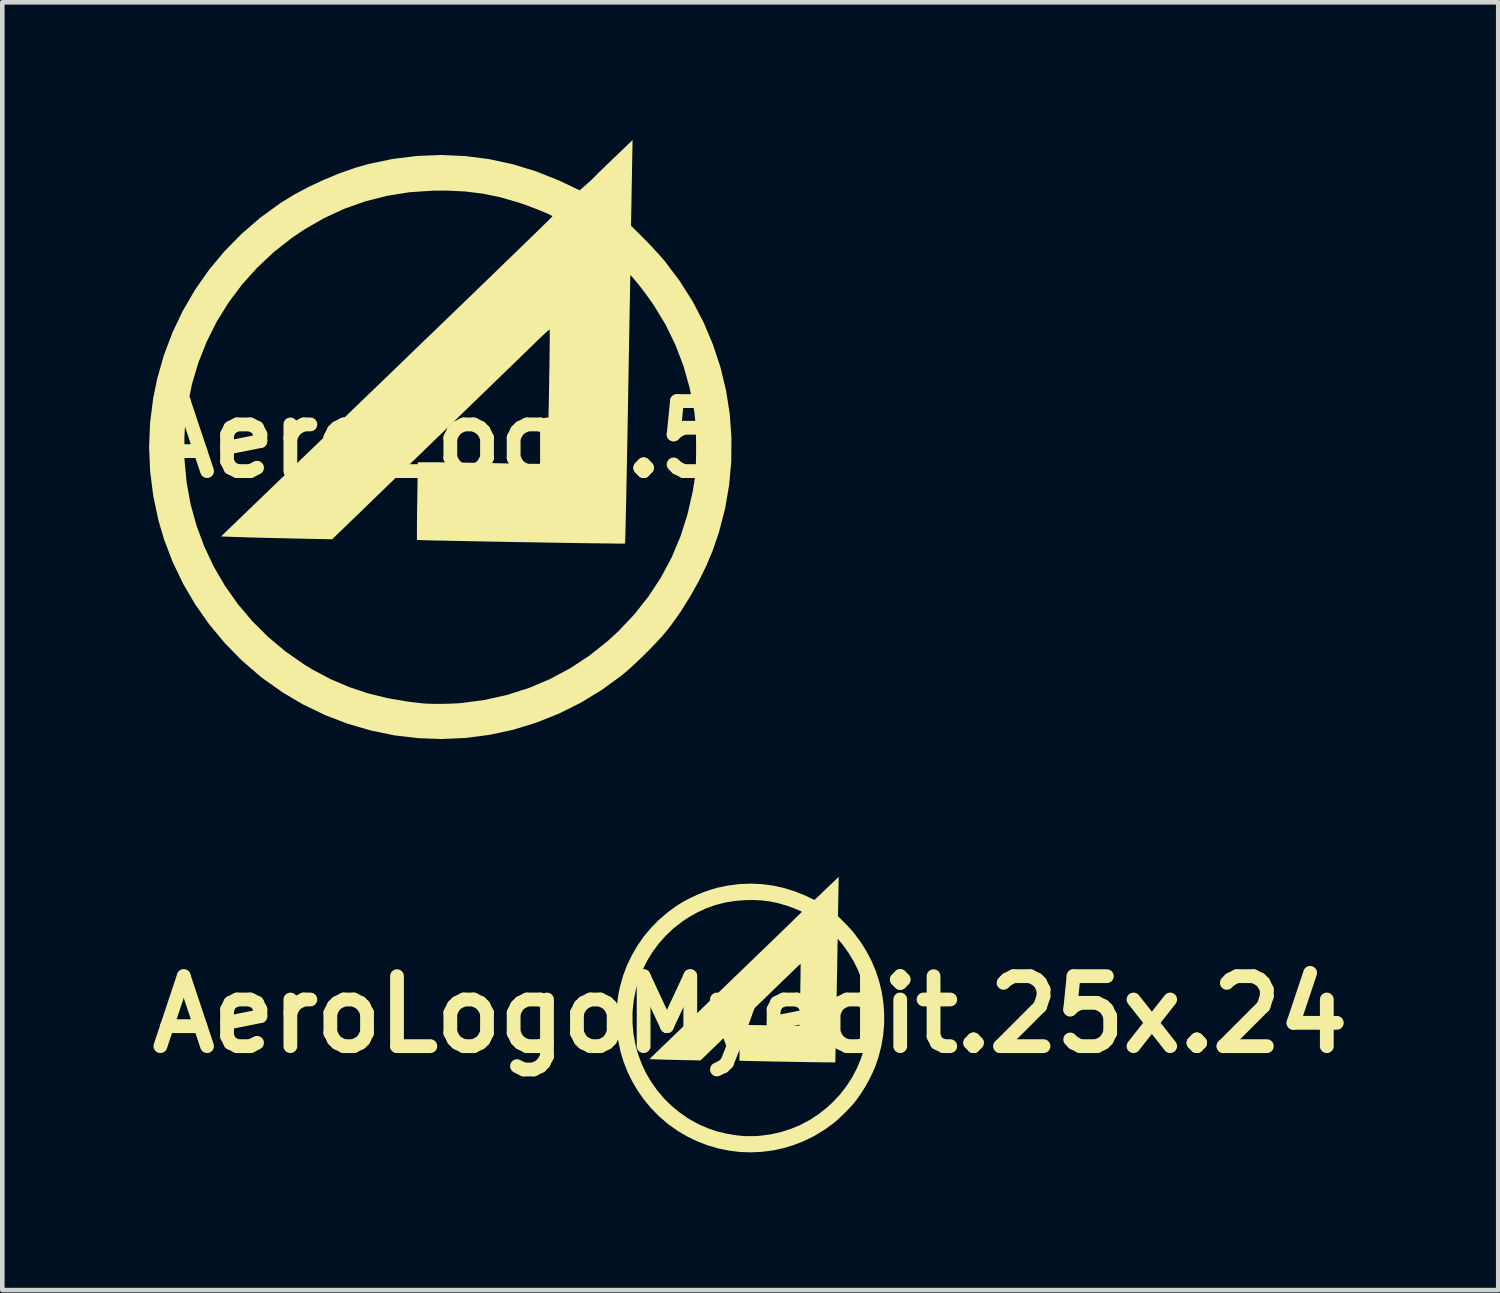
<source format=kicad_pcb>
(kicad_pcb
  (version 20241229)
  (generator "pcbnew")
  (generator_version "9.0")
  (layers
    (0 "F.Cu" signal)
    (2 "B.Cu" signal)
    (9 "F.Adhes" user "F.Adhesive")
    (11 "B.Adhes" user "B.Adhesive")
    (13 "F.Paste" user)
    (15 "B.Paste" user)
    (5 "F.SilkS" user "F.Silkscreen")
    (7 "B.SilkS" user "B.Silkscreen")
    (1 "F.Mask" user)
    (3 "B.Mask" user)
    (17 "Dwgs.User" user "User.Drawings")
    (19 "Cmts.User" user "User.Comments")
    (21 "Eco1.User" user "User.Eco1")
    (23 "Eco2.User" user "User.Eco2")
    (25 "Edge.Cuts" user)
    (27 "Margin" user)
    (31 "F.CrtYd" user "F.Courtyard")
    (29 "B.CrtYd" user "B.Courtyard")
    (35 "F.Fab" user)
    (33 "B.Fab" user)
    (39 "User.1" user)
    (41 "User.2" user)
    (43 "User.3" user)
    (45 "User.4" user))
  (footprint "AeroLogo.5"
    (layer "F.Cu")
    (at 6.539 6.519)
    (property "Reference" "AeroLogo.5" (at 0 0 0) (layer "F.SilkS") (effects (font (size 1.524 1.524) (thickness 0.3))))
    (attr board_only exclude_from_pos_files exclude_from_bom)
    (fp_poly (pts (xy 4.169 -5.586) (xy 4.152 -4.654) (xy 4.429 -4.378) (xy 4.54 -4.265) (xy 4.656 -4.142) (xy 4.766 -4.021) (xy 4.86 -3.913) (xy 4.892 -3.876) (xy 5.213 -3.45) (xy 5.495 -3.004) (xy 5.737 -2.54) (xy 5.939 -2.06) (xy 6.101 -1.567) (xy 6.222 -1.065) (xy 6.302 -0.554) (xy 6.339 -0.038) (xy 6.335 0.48) (xy 6.288 0.999) (xy 6.199 1.515) (xy 6.066 2.025) (xy 5.931 2.42) (xy 5.794 2.746) (xy 5.629 3.083) (xy 5.44 3.42) (xy 5.238 3.744) (xy 5.027 4.042) (xy 4.927 4.17) (xy 4.823 4.292) (xy 4.693 4.434) (xy 4.546 4.586) (xy 4.391 4.739) (xy 4.237 4.886) (xy 4.092 5.018) (xy 3.966 5.125) (xy 3.943 5.144) (xy 3.506 5.461) (xy 3.049 5.738) (xy 2.575 5.974) (xy 2.085 6.169) (xy 1.583 6.323) (xy 1.07 6.433) (xy 0.549 6.501) (xy 0.021 6.524) (xy -0.475 6.506) (xy -0.998 6.445) (xy -1.513 6.339) (xy -2.018 6.192) (xy -2.509 6.003) (xy -2.983 5.775) (xy -3.435 5.509) (xy -3.864 5.205) (xy -3.932 5.152) (xy -4.331 4.806) (xy -4.699 4.429) (xy -5.035 4.024) (xy -5.337 3.594) (xy -5.602 3.142) (xy -5.828 2.671) (xy -6.014 2.184) (xy -6.138 1.765) (xy -6.251 1.235) (xy -6.319 0.703) (xy -6.342 0.171) (xy -6.334 -0.045) (xy -5.574 -0.045) (xy -5.571 0.45) (xy -5.525 0.939) (xy -5.437 1.418) (xy -5.307 1.885) (xy -5.138 2.338) (xy -4.931 2.775) (xy -4.688 3.191) (xy -4.408 3.587) (xy -4.095 3.958) (xy -3.749 4.302) (xy -3.372 4.617) (xy -2.965 4.901) (xy -2.774 5.017) (xy -2.388 5.221) (xy -1.991 5.391) (xy -1.579 5.528) (xy -1.146 5.635) (xy -0.685 5.713) (xy -0.384 5.748) (xy -0.271 5.755) (xy -0.127 5.758) (xy 0.035 5.758) (xy 0.199 5.755) (xy 0.354 5.748) (xy 0.463 5.74) (xy 0.97 5.672) (xy 1.46 5.562) (xy 1.934 5.411) (xy 2.389 5.218) (xy 2.825 4.985) (xy 3.24 4.712) (xy 3.634 4.4) (xy 3.873 4.181) (xy 4.223 3.811) (xy 4.533 3.419) (xy 4.805 3.005) (xy 5.037 2.569) (xy 5.23 2.11) (xy 5.383 1.629) (xy 5.497 1.127) (xy 5.54 0.859) (xy 5.554 0.722) (xy 5.564 0.552) (xy 5.569 0.358) (xy 5.57 0.151) (xy 5.567 -0.056) (xy 5.559 -0.255) (xy 5.548 -0.434) (xy 5.533 -0.581) (xy 5.529 -0.61) (xy 5.431 -1.115) (xy 5.295 -1.598) (xy 5.119 -2.059) (xy 4.904 -2.5) (xy 4.648 -2.923) (xy 4.464 -3.182) (xy 4.391 -3.278) (xy 4.319 -3.37) (xy 4.256 -3.447) (xy 4.218 -3.491) (xy 4.137 -3.582) (xy 4.135 -3.469) (xy 4.134 -3.432) (xy 4.133 -3.353) (xy 4.131 -3.235) (xy 4.128 -3.08) (xy 4.124 -2.891) (xy 4.12 -2.672) (xy 4.116 -2.424) (xy 4.111 -2.151) (xy 4.106 -1.856) (xy 4.1 -1.542) (xy 4.094 -1.211) (xy 4.088 -0.866) (xy 4.083 -0.549) (xy 4.076 -0.197) (xy 4.07 0.143) (xy 4.064 0.467) (xy 4.058 0.774) (xy 4.052 1.059) (xy 4.047 1.321) (xy 4.041 1.557) (xy 4.037 1.764) (xy 4.033 1.939) (xy 4.029 2.079) (xy 4.026 2.183) (xy 4.023 2.246) (xy 4.022 2.267) (xy 3.998 2.268) (xy 3.933 2.268) (xy 3.831 2.268) (xy 3.694 2.266) (xy 3.527 2.264) (xy 3.333 2.262) (xy 3.116 2.259) (xy 2.88 2.255) (xy 2.628 2.251) (xy 2.364 2.247) (xy 2.092 2.242) (xy 1.816 2.238) (xy 1.539 2.233) (xy 1.265 2.228) (xy 0.997 2.223) (xy 0.74 2.218) (xy 0.497 2.213) (xy 0.271 2.209) (xy 0.067 2.204) (xy -0.112 2.201) (xy -0.262 2.197) (xy -0.38 2.194) (xy -0.462 2.191) (xy -0.503 2.189) (xy -0.508 2.188) (xy -0.509 2.165) (xy -0.51 2.101) (xy -0.51 2.002) (xy -0.509 1.873) (xy -0.508 1.719) (xy -0.506 1.545) (xy -0.503 1.355) (xy -0.503 1.339) (xy -0.49 0.497) (xy -0.115 0.498) (xy -0.011 0.498) (xy 0.131 0.5) (xy 0.304 0.502) (xy 0.502 0.505) (xy 0.717 0.509) (xy 0.942 0.513) (xy 1.171 0.517) (xy 1.287 0.52) (xy 1.498 0.524) (xy 1.695 0.527) (xy 1.873 0.53) (xy 2.028 0.531) (xy 2.156 0.532) (xy 2.251 0.532) (xy 2.309 0.53) (xy 2.326 0.529) (xy 2.329 0.505) (xy 2.332 0.44) (xy 2.335 0.339) (xy 2.339 0.208) (xy 2.343 0.049) (xy 2.347 -0.132) (xy 2.352 -0.33) (xy 2.356 -0.541) (xy 2.361 -0.76) (xy 2.365 -0.983) (xy 2.369 -1.204) (xy 2.372 -1.42) (xy 2.376 -1.626) (xy 2.378 -1.817) (xy 2.38 -1.988) (xy 2.382 -2.136) (xy 2.383 -2.254) (xy 2.382 -2.339) (xy 2.381 -2.386) (xy 2.38 -2.394) (xy 2.362 -2.383) (xy 2.318 -2.346) (xy 2.255 -2.288) (xy 2.179 -2.216) (xy 2.174 -2.211) (xy 2.134 -2.172) (xy 2.063 -2.103) (xy 1.964 -2.007) (xy 1.839 -1.885) (xy 1.69 -1.741) (xy 1.519 -1.575) (xy 1.328 -1.39) (xy 1.12 -1.188) (xy 0.896 -0.971) (xy 0.658 -0.742) (xy 0.41 -0.501) (xy 0.152 -0.251) (xy -0.113 0.005) (xy -0.189 0.078) (xy -2.355 2.174) (xy -3.175 2.158) (xy -3.384 2.153) (xy -3.598 2.148) (xy -3.806 2.143) (xy -4.002 2.138) (xy -4.175 2.134) (xy -4.317 2.129) (xy -4.385 2.127) (xy -4.776 2.113) (xy -1.167 -1.364) (xy -0.827 -1.692) (xy -0.496 -2.012) (xy -0.174 -2.322) (xy 0.136 -2.621) (xy 0.432 -2.907) (xy 0.715 -3.18) (xy 0.981 -3.437) (xy 1.229 -3.678) (xy 1.459 -3.9) (xy 1.669 -4.103) (xy 1.856 -4.285) (xy 2.02 -4.444) (xy 2.159 -4.579) (xy 2.272 -4.69) (xy 2.358 -4.773) (xy 2.414 -4.829) (xy 2.439 -4.855) (xy 2.441 -4.857) (xy 2.42 -4.874) (xy 2.364 -4.903) (xy 2.28 -4.941) (xy 2.173 -4.985) (xy 2.051 -5.033) (xy 1.921 -5.082) (xy 1.79 -5.129) (xy 1.679 -5.166) (xy 1.304 -5.274) (xy 0.93 -5.351) (xy 0.547 -5.399) (xy 0.144 -5.419) (xy -0.167 -5.417) (xy -0.67 -5.383) (xy -1.159 -5.305) (xy -1.633 -5.185) (xy -2.092 -5.022) (xy -2.537 -4.816) (xy -2.968 -4.568) (xy -3.224 -4.395) (xy -3.621 -4.085) (xy -3.984 -3.745) (xy -4.314 -3.378) (xy -4.609 -2.985) (xy -4.867 -2.569) (xy -5.087 -2.131) (xy -5.268 -1.675) (xy -5.409 -1.203) (xy -5.508 -0.716) (xy -5.565 -0.218) (xy -5.574 -0.045) (xy -6.334 -0.045) (xy -6.321 -0.361) (xy -6.254 -0.891) (xy -6.166 -1.322) (xy -6.02 -1.835) (xy -5.833 -2.33) (xy -5.606 -2.805) (xy -5.341 -3.26) (xy -5.039 -3.691) (xy -4.702 -4.096) (xy -4.33 -4.475) (xy -3.926 -4.824) (xy -3.49 -5.142) (xy -3.469 -5.156) (xy -3.184 -5.331) (xy -2.866 -5.5) (xy -2.53 -5.657) (xy -2.186 -5.798) (xy -1.849 -5.916) (xy -1.563 -5.998) (xy -1.036 -6.108) (xy -0.507 -6.173) (xy 0.021 -6.194) (xy 0.547 -6.17) (xy 1.068 -6.103) (xy 1.583 -5.991) (xy 2.089 -5.836) (xy 2.584 -5.638) (xy 2.731 -5.569) (xy 3.034 -5.424) (xy 3.161 -5.535) (xy 3.235 -5.601) (xy 3.306 -5.667) (xy 3.356 -5.717) (xy 3.392 -5.754) (xy 3.454 -5.816) (xy 3.539 -5.898) (xy 3.638 -5.994) (xy 3.748 -6.1) (xy 3.805 -6.154) (xy 4.186 -6.519)) (stroke (width 0) (type solid)) (fill yes) (layer "F.SilkS")))
  (footprint "AeroLogoMyedit.25x.24"
    (layer "F.Cu")
    (at 13.288 19.042)
    (property "Reference" "AeroLogoMyedit.25x.24" (at 0 0 0) (layer "F.SilkS") (effects (font (size 1.524 1.524) (thickness 0.3))))
    (attr board_only exclude_from_pos_files exclude_from_bom)
    (fp_poly (pts (xy 1.918 -2.57) (xy 1.91 -2.141) (xy 2.038 -2.014) (xy 2.089 -1.962) (xy 2.142 -1.906) (xy 2.193 -1.85) (xy 2.236 -1.8) (xy 2.251 -1.783) (xy 2.398 -1.587) (xy 2.528 -1.382) (xy 2.64 -1.168) (xy 2.733 -0.948) (xy 2.807 -0.721) (xy 2.863 -0.49) (xy 2.899 -0.255) (xy 2.917 -0.018) (xy 2.915 0.221) (xy 2.893 0.459) (xy 2.852 0.697) (xy 2.791 0.932) (xy 2.729 1.114) (xy 2.666 1.263) (xy 2.59 1.418) (xy 2.503 1.574) (xy 2.41 1.723) (xy 2.313 1.86) (xy 2.267 1.919) (xy 2.219 1.975) (xy 2.159 2.04) (xy 2.091 2.11) (xy 2.02 2.181) (xy 1.949 2.248) (xy 1.883 2.309) (xy 1.825 2.358) (xy 1.814 2.367) (xy 1.613 2.512) (xy 1.403 2.64) (xy 1.185 2.749) (xy 0.959 2.838) (xy 0.728 2.909) (xy 0.493 2.96) (xy 0.253 2.991) (xy 0.009 3.002) (xy -0.218 2.994) (xy -0.459 2.965) (xy -0.696 2.917) (xy -0.929 2.849) (xy -1.154 2.762) (xy -1.372 2.657) (xy -1.581 2.535) (xy -1.778 2.395) (xy -1.809 2.37) (xy -1.993 2.211) (xy -2.162 2.038) (xy -2.317 1.851) (xy -2.455 1.653) (xy -2.577 1.446) (xy -2.681 1.229) (xy -2.767 1.005) (xy -2.824 0.812) (xy -2.876 0.568) (xy -2.907 0.323) (xy -2.918 0.079) (xy -2.914 -0.021) (xy -2.565 -0.021) (xy -2.563 0.207) (xy -2.542 0.432) (xy -2.501 0.652) (xy -2.442 0.867) (xy -2.364 1.076) (xy -2.269 1.277) (xy -2.157 1.468) (xy -2.028 1.65) (xy -1.884 1.821) (xy -1.725 1.979) (xy -1.551 2.124) (xy -1.364 2.255) (xy -1.276 2.308) (xy -1.099 2.402) (xy -0.916 2.48) (xy -0.727 2.544) (xy -0.527 2.593) (xy -0.315 2.629) (xy -0.177 2.644) (xy -0.125 2.648) (xy -0.058 2.649) (xy 0.016 2.649) (xy 0.092 2.648) (xy 0.163 2.644) (xy 0.213 2.641) (xy 0.446 2.61) (xy 0.672 2.559) (xy 0.89 2.489) (xy 1.099 2.401) (xy 1.3 2.294) (xy 1.491 2.168) (xy 1.672 2.024) (xy 1.782 1.924) (xy 1.943 1.754) (xy 2.086 1.573) (xy 2.211 1.383) (xy 2.317 1.182) (xy 2.406 0.971) (xy 2.477 0.75) (xy 2.529 0.518) (xy 2.549 0.395) (xy 2.555 0.332) (xy 2.56 0.254) (xy 2.562 0.165) (xy 2.563 0.07) (xy 2.561 -0.026) (xy 2.558 -0.117) (xy 2.553 -0.2) (xy 2.546 -0.268) (xy 2.544 -0.281) (xy 2.499 -0.513) (xy 2.436 -0.735) (xy 2.355 -0.947) (xy 2.256 -1.15) (xy 2.138 -1.345) (xy 2.054 -1.464) (xy 2.02 -1.508) (xy 1.987 -1.551) (xy 1.958 -1.586) (xy 1.941 -1.606) (xy 1.904 -1.648) (xy 1.902 -1.596) (xy 1.902 -1.579) (xy 1.901 -1.543) (xy 1.9 -1.488) (xy 1.899 -1.417) (xy 1.898 -1.33) (xy 1.896 -1.229) (xy 1.894 -1.115) (xy 1.892 -0.99) (xy 1.889 -0.854) (xy 1.886 -0.709) (xy 1.884 -0.557) (xy 1.881 -0.398) (xy 1.878 -0.253) (xy 1.875 -0.091) (xy 1.873 0.066) (xy 1.87 0.215) (xy 1.867 0.356) (xy 1.864 0.487) (xy 1.862 0.608) (xy 1.859 0.716) (xy 1.857 0.811) (xy 1.855 0.892) (xy 1.854 0.957) (xy 1.852 1.004) (xy 1.851 1.033) (xy 1.85 1.043) (xy 1.84 1.044) (xy 1.81 1.044) (xy 1.762 1.043) (xy 1.699 1.043) (xy 1.623 1.042) (xy 1.533 1.041) (xy 1.434 1.039) (xy 1.325 1.038) (xy 1.209 1.036) (xy 1.088 1.034) (xy 0.963 1.032) (xy 0.836 1.029) (xy 0.708 1.027) (xy 0.582 1.025) (xy 0.459 1.023) (xy 0.34 1.02) (xy 0.228 1.018) (xy 0.125 1.016) (xy 0.031 1.014) (xy -0.052 1.012) (xy -0.121 1.011) (xy -0.175 1.009) (xy -0.212 1.008) (xy -0.232 1.007) (xy -0.234 1.007) (xy -0.234 0.996) (xy -0.235 0.967) (xy -0.235 0.921) (xy -0.234 0.862) (xy -0.234 0.791) (xy -0.233 0.711) (xy -0.232 0.624) (xy -0.231 0.616) (xy -0.226 0.229) (xy -0.053 0.229) (xy -0.005 0.229) (xy 0.06 0.23) (xy 0.14 0.231) (xy 0.231 0.232) (xy 0.33 0.234) (xy 0.434 0.236) (xy 0.539 0.238) (xy 0.592 0.239) (xy 0.689 0.241) (xy 0.78 0.243) (xy 0.862 0.244) (xy 0.933 0.244) (xy 0.992 0.245) (xy 1.036 0.245) (xy 1.062 0.244) (xy 1.07 0.243) (xy 1.071 0.232) (xy 1.073 0.202) (xy 1.074 0.156) (xy 1.076 0.096) (xy 1.078 0.023) (xy 1.08 -0.061) (xy 1.082 -0.152) (xy 1.084 -0.249) (xy 1.086 -0.35) (xy 1.088 -0.452) (xy 1.09 -0.554) (xy 1.091 -0.653) (xy 1.093 -0.748) (xy 1.094 -0.836) (xy 1.095 -0.915) (xy 1.096 -0.983) (xy 1.096 -1.037) (xy 1.096 -1.076) (xy 1.096 -1.098) (xy 1.095 -1.102) (xy 1.087 -1.097) (xy 1.066 -1.079) (xy 1.037 -1.053) (xy 1.003 -1.019) (xy 1 -1.017) (xy 0.982 -0.999) (xy 0.949 -0.967) (xy 0.904 -0.923) (xy 0.846 -0.867) (xy 0.778 -0.801) (xy 0.699 -0.725) (xy 0.611 -0.64) (xy 0.515 -0.547) (xy 0.412 -0.447) (xy 0.303 -0.341) (xy 0.189 -0.23) (xy 0.07 -0.116) (xy -0.052 0.002) (xy -0.087 0.036) (xy -1.083 1) (xy -1.461 0.993) (xy -1.557 0.991) (xy -1.655 0.988) (xy -1.751 0.986) (xy -1.841 0.984) (xy -1.921 0.982) (xy -1.986 0.98) (xy -2.018 0.979) (xy -2.197 0.972) (xy -0.537 -0.628) (xy -0.381 -0.778) (xy -0.228 -0.926) (xy -0.08 -1.068) (xy 0.062 -1.206) (xy 0.199 -1.338) (xy 0.329 -1.463) (xy 0.451 -1.581) (xy 0.566 -1.692) (xy 0.671 -1.794) (xy 0.768 -1.888) (xy 0.854 -1.971) (xy 0.929 -2.045) (xy 0.993 -2.107) (xy 1.045 -2.158) (xy 1.085 -2.196) (xy 1.111 -2.222) (xy 1.122 -2.234) (xy 1.123 -2.234) (xy 1.114 -2.242) (xy 1.088 -2.256) (xy 1.049 -2.273) (xy 1 -2.294) (xy 0.944 -2.316) (xy 0.884 -2.338) (xy 0.824 -2.36) (xy 0.773 -2.377) (xy 0.6 -2.426) (xy 0.428 -2.462) (xy 0.251 -2.484) (xy 0.066 -2.493) (xy -0.077 -2.492) (xy -0.308 -2.476) (xy -0.533 -2.441) (xy -0.751 -2.386) (xy -0.962 -2.311) (xy -1.167 -2.216) (xy -1.366 -2.102) (xy -1.483 -2.022) (xy -1.666 -1.88) (xy -1.833 -1.723) (xy -1.985 -1.554) (xy -2.12 -1.373) (xy -2.239 -1.182) (xy -2.34 -0.981) (xy -2.424 -0.771) (xy -2.488 -0.554) (xy -2.534 -0.33) (xy -2.56 -0.1) (xy -2.565 -0.021) (xy -2.914 -0.021) (xy -2.908 -0.166) (xy -2.877 -0.41) (xy -2.837 -0.608) (xy -2.77 -0.844) (xy -2.684 -1.072) (xy -2.579 -1.291) (xy -2.457 -1.5) (xy -2.319 -1.698) (xy -2.163 -1.885) (xy -1.992 -2.059) (xy -1.806 -2.219) (xy -1.606 -2.366) (xy -1.596 -2.372) (xy -1.465 -2.453) (xy -1.319 -2.53) (xy -1.164 -2.603) (xy -1.006 -2.668) (xy -0.851 -2.722) (xy -0.719 -2.76) (xy -0.477 -2.81) (xy -0.233 -2.84) (xy 0.01 -2.85) (xy 0.252 -2.839) (xy 0.492 -2.808) (xy 0.728 -2.756) (xy 0.961 -2.685) (xy 1.189 -2.594) (xy 1.257 -2.562) (xy 1.396 -2.495) (xy 1.454 -2.546) (xy 1.488 -2.577) (xy 1.521 -2.608) (xy 1.544 -2.63) (xy 1.56 -2.647) (xy 1.589 -2.676) (xy 1.628 -2.713) (xy 1.674 -2.758) (xy 1.725 -2.807) (xy 1.751 -2.831) (xy 1.926 -2.999)) (stroke (width 0) (type solid)) (fill yes) (layer "F.SilkS")))
  (gr_rect
    (start -3 -3)
    (end 29.576 25.044)
    (stroke (width 0.1) (type default))
    (fill no)
    (layer "Edge.Cuts")))
</source>
